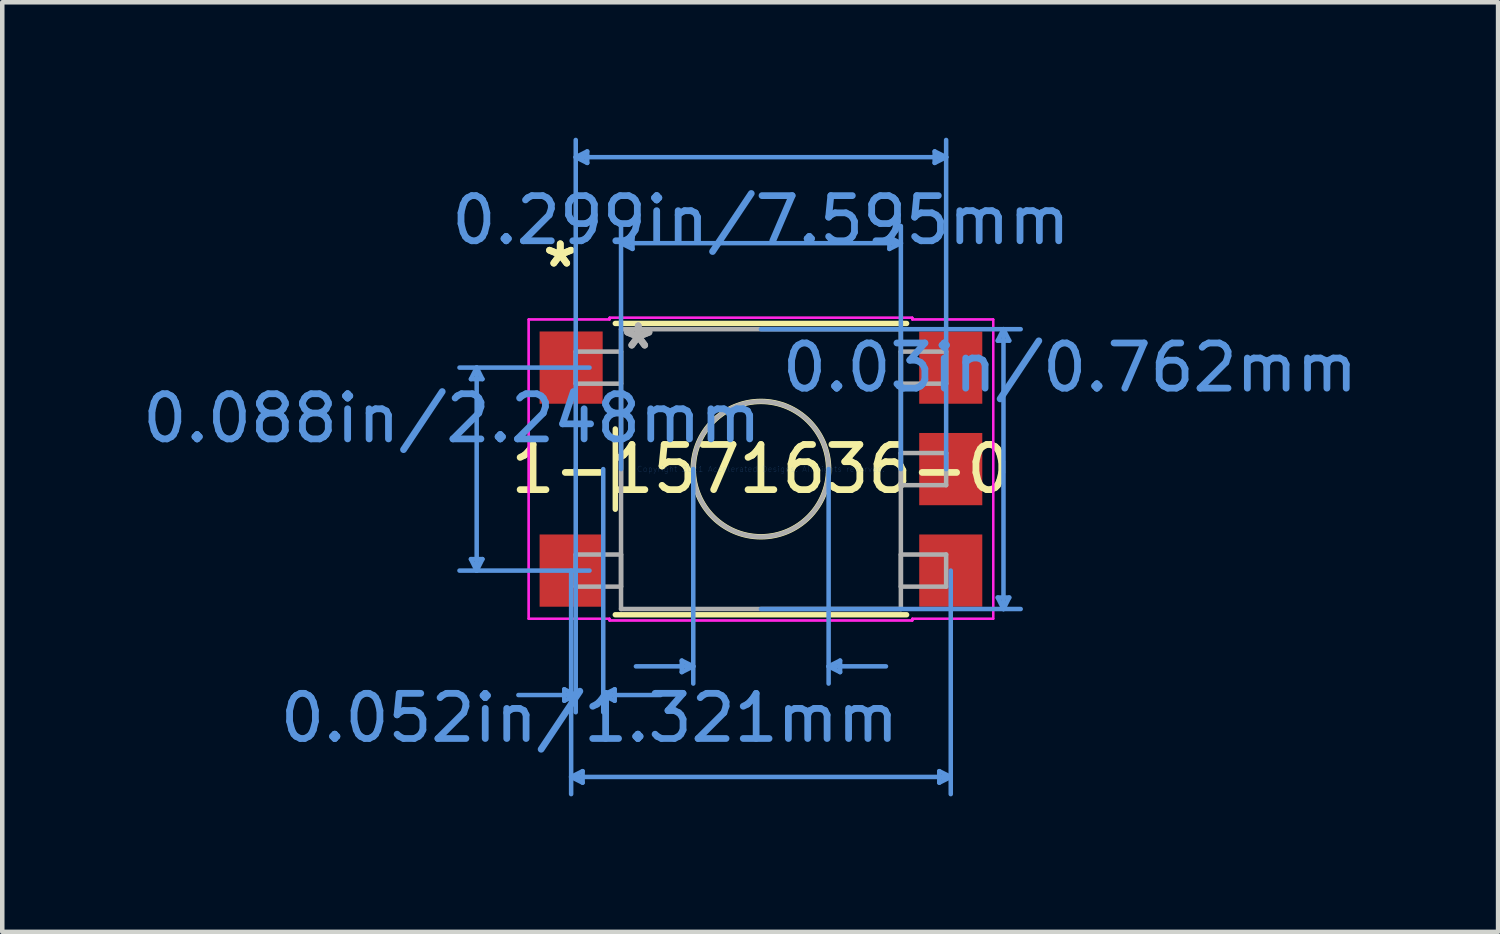
<source format=kicad_pcb>
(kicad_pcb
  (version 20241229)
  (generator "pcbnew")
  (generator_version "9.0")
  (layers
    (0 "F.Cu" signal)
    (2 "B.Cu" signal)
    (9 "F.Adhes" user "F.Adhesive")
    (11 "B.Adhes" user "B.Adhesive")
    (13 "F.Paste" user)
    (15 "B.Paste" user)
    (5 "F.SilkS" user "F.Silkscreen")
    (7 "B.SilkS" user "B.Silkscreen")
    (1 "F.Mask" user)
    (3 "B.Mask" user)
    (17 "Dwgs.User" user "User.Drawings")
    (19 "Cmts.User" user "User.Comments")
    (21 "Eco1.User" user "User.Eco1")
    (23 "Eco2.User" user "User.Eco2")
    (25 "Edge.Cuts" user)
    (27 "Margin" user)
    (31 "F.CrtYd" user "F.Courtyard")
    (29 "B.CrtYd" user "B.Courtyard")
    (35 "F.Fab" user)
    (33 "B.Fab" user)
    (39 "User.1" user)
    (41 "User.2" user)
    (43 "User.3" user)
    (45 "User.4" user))
  (footprint "1-1571636-0"
    (layer "F.Cu")
    (at 13.804 7.34)
    (property "Reference" "1-1571636-0" (at 0 0 0) (layer "F.SilkS") (effects (font (size 1 1) (thickness 0.15))))
    (attr through_hole)
    (fp_line (start -3.226 -0.889) (end -3.226 0.889) (stroke (width 0.12) (type solid)) (layer "F.SilkS"))
    (fp_line (start -3.226 3.226) (end 3.226 3.226) (stroke (width 0.12) (type solid)) (layer "F.SilkS"))
    (fp_line (start 3.226 -3.226) (end -3.226 -3.226) (stroke (width 0.12) (type solid)) (layer "F.SilkS"))
    (fp_circle (center 0 0) (end 1.499 0) (stroke (width 0.12) (type solid)) (fill no) (layer "F.SilkS"))
    (fp_line (start -6.423 1.994) (end -6.296 2.248) (stroke (width 0.1) (type solid)) (layer "Cmts.User"))
    (fp_line (start -6.423 -1.994) (end -6.296 -2.248) (stroke (width 0.1) (type solid)) (layer "Cmts.User"))
    (fp_line (start -6.423 -1.994) (end -6.169 -1.994) (stroke (width 0.1) (type solid)) (layer "Cmts.User"))
    (fp_line (start -6.296 -2.248) (end -6.296 2.248) (stroke (width 0.1) (type solid)) (layer "Cmts.User"))
    (fp_line (start -6.169 1.994) (end -6.423 1.994) (stroke (width 0.1) (type solid)) (layer "Cmts.User"))
    (fp_line (start -6.169 1.994) (end -6.296 2.248) (stroke (width 0.1) (type solid)) (layer "Cmts.User"))
    (fp_line (start -6.169 -1.994) (end -6.296 -2.248) (stroke (width 0.1) (type solid)) (layer "Cmts.User"))
    (fp_line (start -4.356 4.877) (end -4.356 5.131) (stroke (width 0.1) (type solid)) (layer "Cmts.User"))
    (fp_line (start -4.204 6.818) (end 4.204 6.818) (stroke (width 0.1) (type solid)) (layer "Cmts.User"))
    (fp_line (start -4.204 2.248) (end -4.204 7.199) (stroke (width 0.1) (type solid)) (layer "Cmts.User"))
    (fp_line (start -4.102 -6.909) (end -3.848 -7.036) (stroke (width 0.1) (type solid)) (layer "Cmts.User"))
    (fp_line (start -4.102 -6.909) (end -3.848 -6.782) (stroke (width 0.1) (type solid)) (layer "Cmts.User"))
    (fp_line (start -4.102 -6.909) (end 4.102 -6.909) (stroke (width 0.1) (type solid)) (layer "Cmts.User"))
    (fp_line (start -4.102 0) (end -4.102 -7.29) (stroke (width 0.1) (type solid)) (layer "Cmts.User"))
    (fp_line (start -4.102 0) (end -4.102 5.385) (stroke (width 0.1) (type solid)) (layer "Cmts.User"))
    (fp_line (start -4.102 5.004) (end -5.372 5.004) (stroke (width 0.1) (type solid)) (layer "Cmts.User"))
    (fp_line (start -4.102 5.004) (end -4.356 4.877) (stroke (width 0.1) (type solid)) (layer "Cmts.User"))
    (fp_line (start -4.102 5.004) (end -4.356 5.131) (stroke (width 0.1) (type solid)) (layer "Cmts.User"))
    (fp_line (start -3.95 6.691) (end -4.204 6.818) (stroke (width 0.1) (type solid)) (layer "Cmts.User"))
    (fp_line (start -3.95 6.945) (end -4.204 6.818) (stroke (width 0.1) (type solid)) (layer "Cmts.User"))
    (fp_line (start -3.95 6.945) (end -3.95 6.691) (stroke (width 0.1) (type solid)) (layer "Cmts.User"))
    (fp_line (start -3.848 -7.036) (end -3.848 -6.782) (stroke (width 0.1) (type solid)) (layer "Cmts.User"))
    (fp_line (start -3.797 -2.248) (end -6.677 -2.248) (stroke (width 0.1) (type solid)) (layer "Cmts.User"))
    (fp_line (start -3.797 2.248) (end -6.677 2.248) (stroke (width 0.1) (type solid)) (layer "Cmts.User"))
    (fp_line (start -3.493 0) (end -3.493 5.385) (stroke (width 0.1) (type solid)) (layer "Cmts.User"))
    (fp_line (start -3.493 5.004) (end -3.239 4.877) (stroke (width 0.1) (type solid)) (layer "Cmts.User"))
    (fp_line (start -3.493 5.004) (end -3.239 5.131) (stroke (width 0.1) (type solid)) (layer "Cmts.User"))
    (fp_line (start -3.493 5.004) (end -2.223 5.004) (stroke (width 0.1) (type solid)) (layer "Cmts.User"))
    (fp_line (start -3.239 4.877) (end -3.239 5.131) (stroke (width 0.1) (type solid)) (layer "Cmts.User"))
    (fp_line (start -3.099 -5.004) (end -2.845 -5.131) (stroke (width 0.1) (type solid)) (layer "Cmts.User"))
    (fp_line (start -3.099 -5.004) (end -2.845 -4.877) (stroke (width 0.1) (type solid)) (layer "Cmts.User"))
    (fp_line (start -3.099 -5.004) (end 3.099 -5.004) (stroke (width 0.1) (type solid)) (layer "Cmts.User"))
    (fp_line (start -3.099 0) (end -3.099 -5.385) (stroke (width 0.1) (type solid)) (layer "Cmts.User"))
    (fp_line (start -2.845 -5.131) (end -2.845 -4.877) (stroke (width 0.1) (type solid)) (layer "Cmts.User"))
    (fp_line (start -1.753 4.242) (end -1.753 4.496) (stroke (width 0.1) (type solid)) (layer "Cmts.User"))
    (fp_line (start -1.499 0) (end -1.499 4.75) (stroke (width 0.1) (type solid)) (layer "Cmts.User"))
    (fp_line (start -1.499 4.369) (end -2.769 4.369) (stroke (width 0.1) (type solid)) (layer "Cmts.User"))
    (fp_line (start -1.499 4.369) (end -1.753 4.242) (stroke (width 0.1) (type solid)) (layer "Cmts.User"))
    (fp_line (start -1.499 4.369) (end -1.753 4.496) (stroke (width 0.1) (type solid)) (layer "Cmts.User"))
    (fp_line (start 0 -3.099) (end 5.753 -3.099) (stroke (width 0.1) (type solid)) (layer "Cmts.User"))
    (fp_line (start 0 3.099) (end 5.753 3.099) (stroke (width 0.1) (type solid)) (layer "Cmts.User"))
    (fp_line (start 1.499 0) (end 1.499 4.75) (stroke (width 0.1) (type solid)) (layer "Cmts.User"))
    (fp_line (start 1.499 4.369) (end 1.753 4.242) (stroke (width 0.1) (type solid)) (layer "Cmts.User"))
    (fp_line (start 1.499 4.369) (end 1.753 4.496) (stroke (width 0.1) (type solid)) (layer "Cmts.User"))
    (fp_line (start 1.499 4.369) (end 2.769 4.369) (stroke (width 0.1) (type solid)) (layer "Cmts.User"))
    (fp_line (start 1.753 4.242) (end 1.753 4.496) (stroke (width 0.1) (type solid)) (layer "Cmts.User"))
    (fp_line (start 2.845 -5.131) (end 2.845 -4.877) (stroke (width 0.1) (type solid)) (layer "Cmts.User"))
    (fp_line (start 3.099 -5.004) (end 2.845 -5.131) (stroke (width 0.1) (type solid)) (layer "Cmts.User"))
    (fp_line (start 3.099 -5.004) (end 2.845 -4.877) (stroke (width 0.1) (type solid)) (layer "Cmts.User"))
    (fp_line (start 3.099 0) (end 3.099 -5.385) (stroke (width 0.1) (type solid)) (layer "Cmts.User"))
    (fp_line (start 3.848 -7.036) (end 3.848 -6.782) (stroke (width 0.1) (type solid)) (layer "Cmts.User"))
    (fp_line (start 3.95 6.945) (end 4.204 6.818) (stroke (width 0.1) (type solid)) (layer "Cmts.User"))
    (fp_line (start 3.95 6.691) (end 3.95 6.945) (stroke (width 0.1) (type solid)) (layer "Cmts.User"))
    (fp_line (start 3.95 6.691) (end 4.204 6.818) (stroke (width 0.1) (type solid)) (layer "Cmts.User"))
    (fp_line (start 4.102 -6.909) (end 3.848 -7.036) (stroke (width 0.1) (type solid)) (layer "Cmts.User"))
    (fp_line (start 4.102 -6.909) (end 3.848 -6.782) (stroke (width 0.1) (type solid)) (layer "Cmts.User"))
    (fp_line (start 4.102 0) (end 4.102 -7.29) (stroke (width 0.1) (type solid)) (layer "Cmts.User"))
    (fp_line (start 4.204 2.248) (end 4.204 7.199) (stroke (width 0.1) (type solid)) (layer "Cmts.User"))
    (fp_line (start 5.245 -2.845) (end 5.499 -2.845) (stroke (width 0.1) (type solid)) (layer "Cmts.User"))
    (fp_line (start 5.245 2.845) (end 5.499 2.845) (stroke (width 0.1) (type solid)) (layer "Cmts.User"))
    (fp_line (start 5.372 -3.099) (end 5.245 -2.845) (stroke (width 0.1) (type solid)) (layer "Cmts.User"))
    (fp_line (start 5.372 -3.099) (end 5.372 3.099) (stroke (width 0.1) (type solid)) (layer "Cmts.User"))
    (fp_line (start 5.372 -3.099) (end 5.499 -2.845) (stroke (width 0.1) (type solid)) (layer "Cmts.User"))
    (fp_line (start 5.372 3.099) (end 5.245 2.845) (stroke (width 0.1) (type solid)) (layer "Cmts.User"))
    (fp_line (start 5.372 3.099) (end 5.499 2.845) (stroke (width 0.1) (type solid)) (layer "Cmts.User"))
    (fp_line (start -5.144 -3.315) (end -3.353 -3.315) (stroke (width 0.05) (type solid)) (layer "F.CrtYd"))
    (fp_line (start -5.144 -3.315) (end -3.353 -3.315) (stroke (width 0.05) (type solid)) (layer "F.CrtYd"))
    (fp_line (start -5.144 3.315) (end -5.144 -3.315) (stroke (width 0.05) (type solid)) (layer "F.CrtYd"))
    (fp_line (start -5.144 3.315) (end -5.144 -3.315) (stroke (width 0.05) (type solid)) (layer "F.CrtYd"))
    (fp_line (start -3.353 -3.353) (end 3.353 -3.353) (stroke (width 0.05) (type solid)) (layer "F.CrtYd"))
    (fp_line (start -3.353 -3.353) (end 3.353 -3.353) (stroke (width 0.05) (type solid)) (layer "F.CrtYd"))
    (fp_line (start -3.353 -3.315) (end -3.353 -3.353) (stroke (width 0.05) (type solid)) (layer "F.CrtYd"))
    (fp_line (start -3.353 -3.315) (end -3.353 -3.353) (stroke (width 0.05) (type solid)) (layer "F.CrtYd"))
    (fp_line (start -3.353 3.315) (end -5.144 3.315) (stroke (width 0.05) (type solid)) (layer "F.CrtYd"))
    (fp_line (start -3.353 3.315) (end -5.144 3.315) (stroke (width 0.05) (type solid)) (layer "F.CrtYd"))
    (fp_line (start -3.353 3.353) (end -3.353 3.315) (stroke (width 0.05) (type solid)) (layer "F.CrtYd"))
    (fp_line (start -3.353 3.353) (end -3.353 3.315) (stroke (width 0.05) (type solid)) (layer "F.CrtYd"))
    (fp_line (start 3.353 -3.353) (end 3.353 -3.315) (stroke (width 0.05) (type solid)) (layer "F.CrtYd"))
    (fp_line (start 3.353 -3.353) (end 3.353 -3.315) (stroke (width 0.05) (type solid)) (layer "F.CrtYd"))
    (fp_line (start 3.353 -3.315) (end 5.144 -3.315) (stroke (width 0.05) (type solid)) (layer "F.CrtYd"))
    (fp_line (start 3.353 -3.315) (end 5.144 -3.315) (stroke (width 0.05) (type solid)) (layer "F.CrtYd"))
    (fp_line (start 3.353 3.315) (end 3.353 3.353) (stroke (width 0.05) (type solid)) (layer "F.CrtYd"))
    (fp_line (start 3.353 3.315) (end 3.353 3.353) (stroke (width 0.05) (type solid)) (layer "F.CrtYd"))
    (fp_line (start 3.353 3.353) (end -3.353 3.353) (stroke (width 0.05) (type solid)) (layer "F.CrtYd"))
    (fp_line (start 3.353 3.353) (end -3.353 3.353) (stroke (width 0.05) (type solid)) (layer "F.CrtYd"))
    (fp_line (start 5.144 -3.315) (end 5.144 3.315) (stroke (width 0.05) (type solid)) (layer "F.CrtYd"))
    (fp_line (start 5.144 -3.315) (end 5.144 3.315) (stroke (width 0.05) (type solid)) (layer "F.CrtYd"))
    (fp_line (start 5.144 3.315) (end 3.353 3.315) (stroke (width 0.05) (type solid)) (layer "F.CrtYd"))
    (fp_line (start 5.144 3.315) (end 3.353 3.315) (stroke (width 0.05) (type solid)) (layer "F.CrtYd"))
    (fp_line (start -4.102 -2.603) (end -4.102 -1.892) (stroke (width 0.1) (type solid)) (layer "F.Fab"))
    (fp_line (start -4.102 -1.892) (end -3.099 -1.892) (stroke (width 0.1) (type solid)) (layer "F.Fab"))
    (fp_line (start -4.102 1.892) (end -4.102 2.603) (stroke (width 0.1) (type solid)) (layer "F.Fab"))
    (fp_line (start -4.102 2.603) (end -3.099 2.603) (stroke (width 0.1) (type solid)) (layer "F.Fab"))
    (fp_line (start -3.099 -3.099) (end -3.099 3.099) (stroke (width 0.1) (type solid)) (layer "F.Fab"))
    (fp_line (start -3.099 -2.603) (end -4.102 -2.603) (stroke (width 0.1) (type solid)) (layer "F.Fab"))
    (fp_line (start -3.099 -1.892) (end -3.099 -2.603) (stroke (width 0.1) (type solid)) (layer "F.Fab"))
    (fp_line (start -3.099 0.356) (end -3.099 -0.356) (stroke (width 0.1) (type solid)) (layer "F.Fab"))
    (fp_line (start -3.099 1.892) (end -4.102 1.892) (stroke (width 0.1) (type solid)) (layer "F.Fab"))
    (fp_line (start -3.099 2.603) (end -3.099 1.892) (stroke (width 0.1) (type solid)) (layer "F.Fab"))
    (fp_line (start -3.099 3.099) (end 3.099 3.099) (stroke (width 0.1) (type solid)) (layer "F.Fab"))
    (fp_line (start 3.099 -3.099) (end -3.099 -3.099) (stroke (width 0.1) (type solid)) (layer "F.Fab"))
    (fp_line (start 3.099 -2.603) (end 3.099 -1.892) (stroke (width 0.1) (type solid)) (layer "F.Fab"))
    (fp_line (start 3.099 -1.892) (end 4.102 -1.892) (stroke (width 0.1) (type solid)) (layer "F.Fab"))
    (fp_line (start 3.099 -0.356) (end 3.099 0.356) (stroke (width 0.1) (type solid)) (layer "F.Fab"))
    (fp_line (start 3.099 0.356) (end 4.102 0.356) (stroke (width 0.1) (type solid)) (layer "F.Fab"))
    (fp_line (start 3.099 1.892) (end 3.099 2.603) (stroke (width 0.1) (type solid)) (layer "F.Fab"))
    (fp_line (start 3.099 2.603) (end 4.102 2.603) (stroke (width 0.1) (type solid)) (layer "F.Fab"))
    (fp_line (start 3.099 3.099) (end 3.099 -3.099) (stroke (width 0.1) (type solid)) (layer "F.Fab"))
    (fp_line (start 4.102 -2.603) (end 3.099 -2.603) (stroke (width 0.1) (type solid)) (layer "F.Fab"))
    (fp_line (start 4.102 -1.892) (end 4.102 -2.603) (stroke (width 0.1) (type solid)) (layer "F.Fab"))
    (fp_line (start 4.102 -0.356) (end 3.099 -0.356) (stroke (width 0.1) (type solid)) (layer "F.Fab"))
    (fp_line (start 4.102 0.356) (end 4.102 -0.356) (stroke (width 0.1) (type solid)) (layer "F.Fab"))
    (fp_line (start 4.102 1.892) (end 3.099 1.892) (stroke (width 0.1) (type solid)) (layer "F.Fab"))
    (fp_line (start 4.102 2.603) (end 4.102 1.892) (stroke (width 0.1) (type solid)) (layer "F.Fab"))
    (fp_circle (center 0 0) (end 1.499 0) (stroke (width 0.1) (type solid)) (fill no) (layer "F.Fab"))
    (fp_text user "*" (at -4.445 -4.445 0) (layer "F.SilkS") (effects (font (size 1 1) (thickness 0.15))))
    (fp_text user "*" (at -4.445 -4.445 0) (layer "F.SilkS") (effects (font (size 1 1) (thickness 0.15))))
    (fp_text user "0.088in/2.248mm" (at -6.845 -1.124 0) (layer "Cmts.User") (effects (font (size 1 1) (thickness 0.15))))
    (fp_text user "0.03in/0.762mm" (at 6.845 -2.248 0) (layer "Cmts.User") (effects (font (size 1 1) (thickness 0.15))))
    (fp_text user "0.299in/7.595mm" (at 0 -5.512 0) (layer "Cmts.User") (effects (font (size 1 1) (thickness 0.15))))
    (fp_text user "0.052in/1.321mm" (at -3.797 5.512 0) (layer "Cmts.User") (effects (font (size 1 1) (thickness 0.15))))
    (fp_text user "Copyright 2021 Accelerated Designs. All rights reserved." (at 0 0 0) (layer "Cmts.User") (effects (font (size 0.127 0.127) (thickness 0.002))))
    (fp_text user "*" (at -2.718 -2.629 0) (layer "F.Fab") (effects (font (size 1 1) (thickness 0.15))))
    (fp_text user "*" (at -2.718 -2.629 0) (layer "F.Fab") (effects (font (size 1 1) (thickness 0.15))))
    (pad "1" smd rect (at -4.204 -2.248) (size 1.397 1.6) (layers "F.Cu" "F.Mask" "F.Paste"))
    (pad "2" smd rect (at 4.204 -2.248) (size 1.397 1.6) (layers "F.Cu" "F.Mask" "F.Paste"))
    (pad "3" smd rect (at -4.204 2.248) (size 1.397 1.6) (layers "F.Cu" "F.Mask" "F.Paste"))
    (pad "4" smd rect (at 4.204 2.248) (size 1.397 1.6) (layers "F.Cu" "F.Mask" "F.Paste"))
    (pad "5" smd rect (at 4.204 0) (size 1.397 1.6) (layers "F.Cu" "F.Mask" "F.Paste")))
  (gr_rect
    (start -3 -3)
    (end 30.131 17.589)
    (stroke (width 0.1) (type default))
    (fill no)
    (layer "Edge.Cuts")))
</source>
